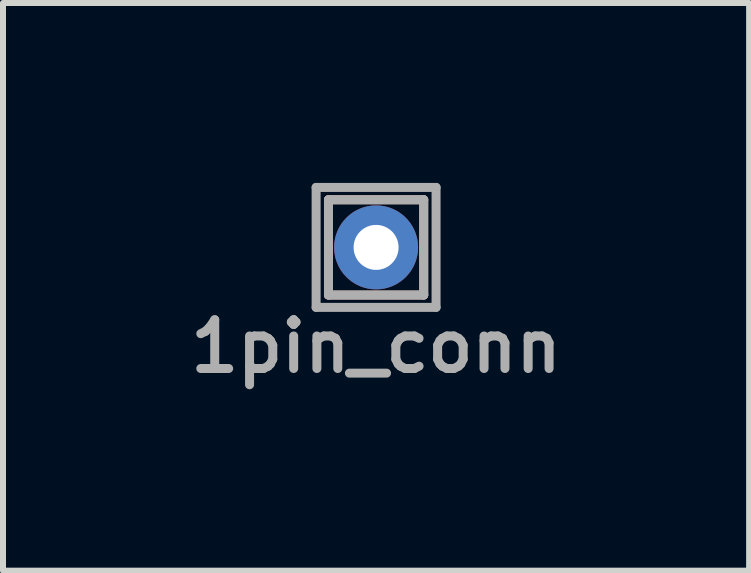
<source format=kicad_pcb>
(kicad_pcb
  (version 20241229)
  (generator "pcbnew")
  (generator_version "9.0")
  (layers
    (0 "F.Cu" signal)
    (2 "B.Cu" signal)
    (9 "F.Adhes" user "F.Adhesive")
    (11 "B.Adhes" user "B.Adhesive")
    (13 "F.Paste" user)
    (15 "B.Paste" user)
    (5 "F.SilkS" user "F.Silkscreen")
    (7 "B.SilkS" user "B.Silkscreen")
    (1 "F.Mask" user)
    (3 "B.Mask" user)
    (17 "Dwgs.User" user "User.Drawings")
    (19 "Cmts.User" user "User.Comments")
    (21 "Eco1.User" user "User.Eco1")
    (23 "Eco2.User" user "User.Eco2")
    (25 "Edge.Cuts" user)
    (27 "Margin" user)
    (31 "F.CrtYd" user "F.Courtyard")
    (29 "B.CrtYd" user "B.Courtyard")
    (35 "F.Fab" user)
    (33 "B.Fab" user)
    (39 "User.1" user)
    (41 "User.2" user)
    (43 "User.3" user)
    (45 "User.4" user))
  (footprint "1pin_conn"
    (layer "F.Cu")
    (at 3.221 1.075)
    (property "Reference" "1pin_conn" (at 0 1.651 0) (layer "F.Fab") (effects (font (size 0.813 0.813) (thickness 0.15))))
    (attr through_hole)
    (fp_line (start -0.794 -0.794) (end -0.794 0.794) (stroke (width 0.15) (type solid)) (layer "B.SilkS"))
    (fp_line (start -0.794 0.794) (end 0.794 0.794) (stroke (width 0.15) (type solid)) (layer "B.SilkS"))
    (fp_line (start 0.794 -0.794) (end -0.794 -0.794) (stroke (width 0.15) (type solid)) (layer "B.SilkS"))
    (fp_line (start 0.794 0.794) (end 0.794 -0.794) (stroke (width 0.15) (type solid)) (layer "B.SilkS"))
    (fp_line (start -1 -1) (end -1 1) (stroke (width 0.15) (type solid)) (layer "F.Fab"))
    (fp_line (start -1 1) (end 1 1) (stroke (width 0.15) (type solid)) (layer "F.Fab"))
    (fp_line (start -0.794 -0.794) (end 0.794 -0.794) (stroke (width 0.15) (type solid)) (layer "F.Fab"))
    (fp_line (start -0.794 0.794) (end -0.794 -0.794) (stroke (width 0.15) (type solid)) (layer "F.Fab"))
    (fp_line (start 0.794 -0.794) (end 0.794 0.794) (stroke (width 0.15) (type solid)) (layer "F.Fab"))
    (fp_line (start 0.794 0.794) (end -0.794 0.794) (stroke (width 0.15) (type solid)) (layer "F.Fab"))
    (fp_line (start 1 -1) (end -1 -1) (stroke (width 0.15) (type solid)) (layer "F.Fab"))
    (fp_line (start 1 1) (end 1 -1) (stroke (width 0.15) (type solid)) (layer "F.Fab"))
    (pad "1" thru_hole circle (at 0 0) (size 1.4 1.4) (drill 0.75) (layers "*.Cu" "*.Mask")))
  (gr_rect
    (start -3 -3)
    (end 9.441 6.465)
    (stroke (width 0.1) (type default))
    (fill no)
    (layer "Edge.Cuts")))
</source>
